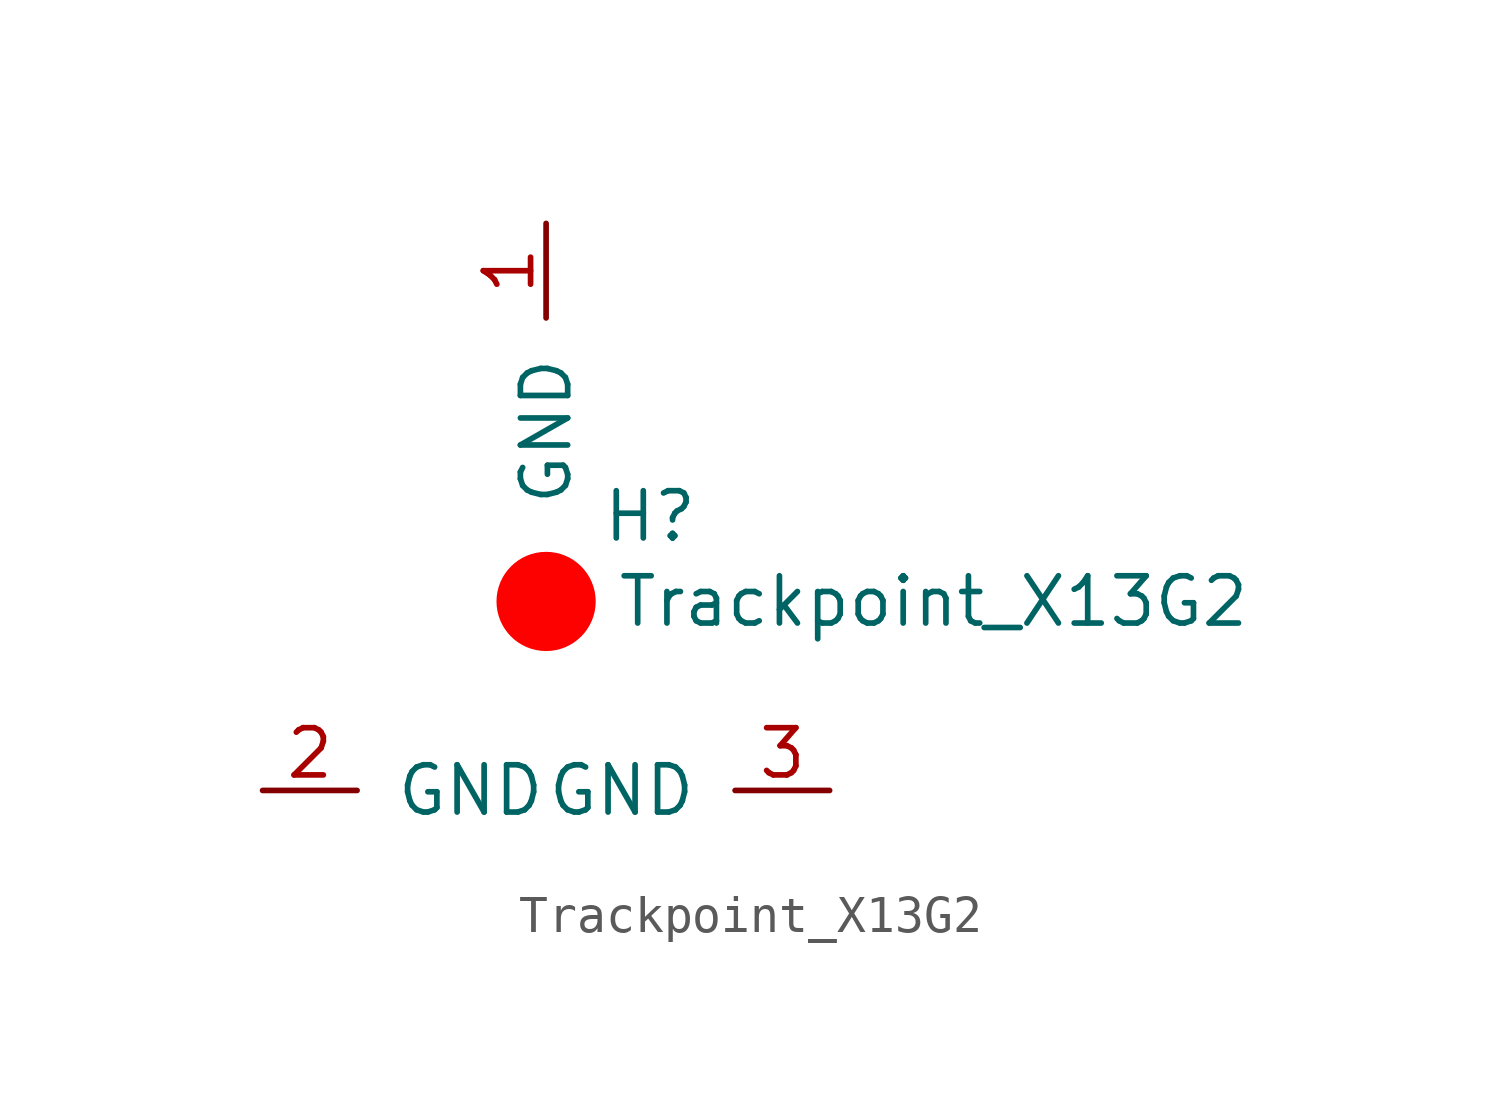
<source format=kicad_sym>
(kicad_symbol_lib
  (version 20231120)
  (generator "kicad_symbol_editor")
  (generator_version "8.0")
  (symbol "Trackpoint_X13G2"
    (pin_names
      (offset 1.016))
    (property "Reference" "H"
      (at 2.794 2.286 0)
      (effects (font (size 1.27 1.27))))
    (property "Value" "Trackpoint_X13G2"
      (at 10.414 0 0)
      (effects (font (size 1.27 1.27))))
    (symbol "Trackpoint_X13G2_1_1"
      (circle (center 0 0) (radius 1.27) (stroke (width 0.127) (type default) (color 253 0 0 1)) (fill (type color) (color 253 0 0 1)))
      (pin input line (at 0 10.16 270) (length 2.54) (name "GND" (effects (font (size 1.27 1.27)))) (number "1" (effects (font (size 1.27 1.27)))))
      (pin input line (at -7.62 -5.08 0) (length 2.54) (name "GND" (effects (font (size 1.27 1.27)))) (number "2" (effects (font (size 1.27 1.27)))))
      (pin input line (at 7.62 -5.08 180) (length 2.54) (name "GND" (effects (font (size 1.27 1.27)))) (number "3" (effects (font (size 1.27 1.27))))))))
</source>
